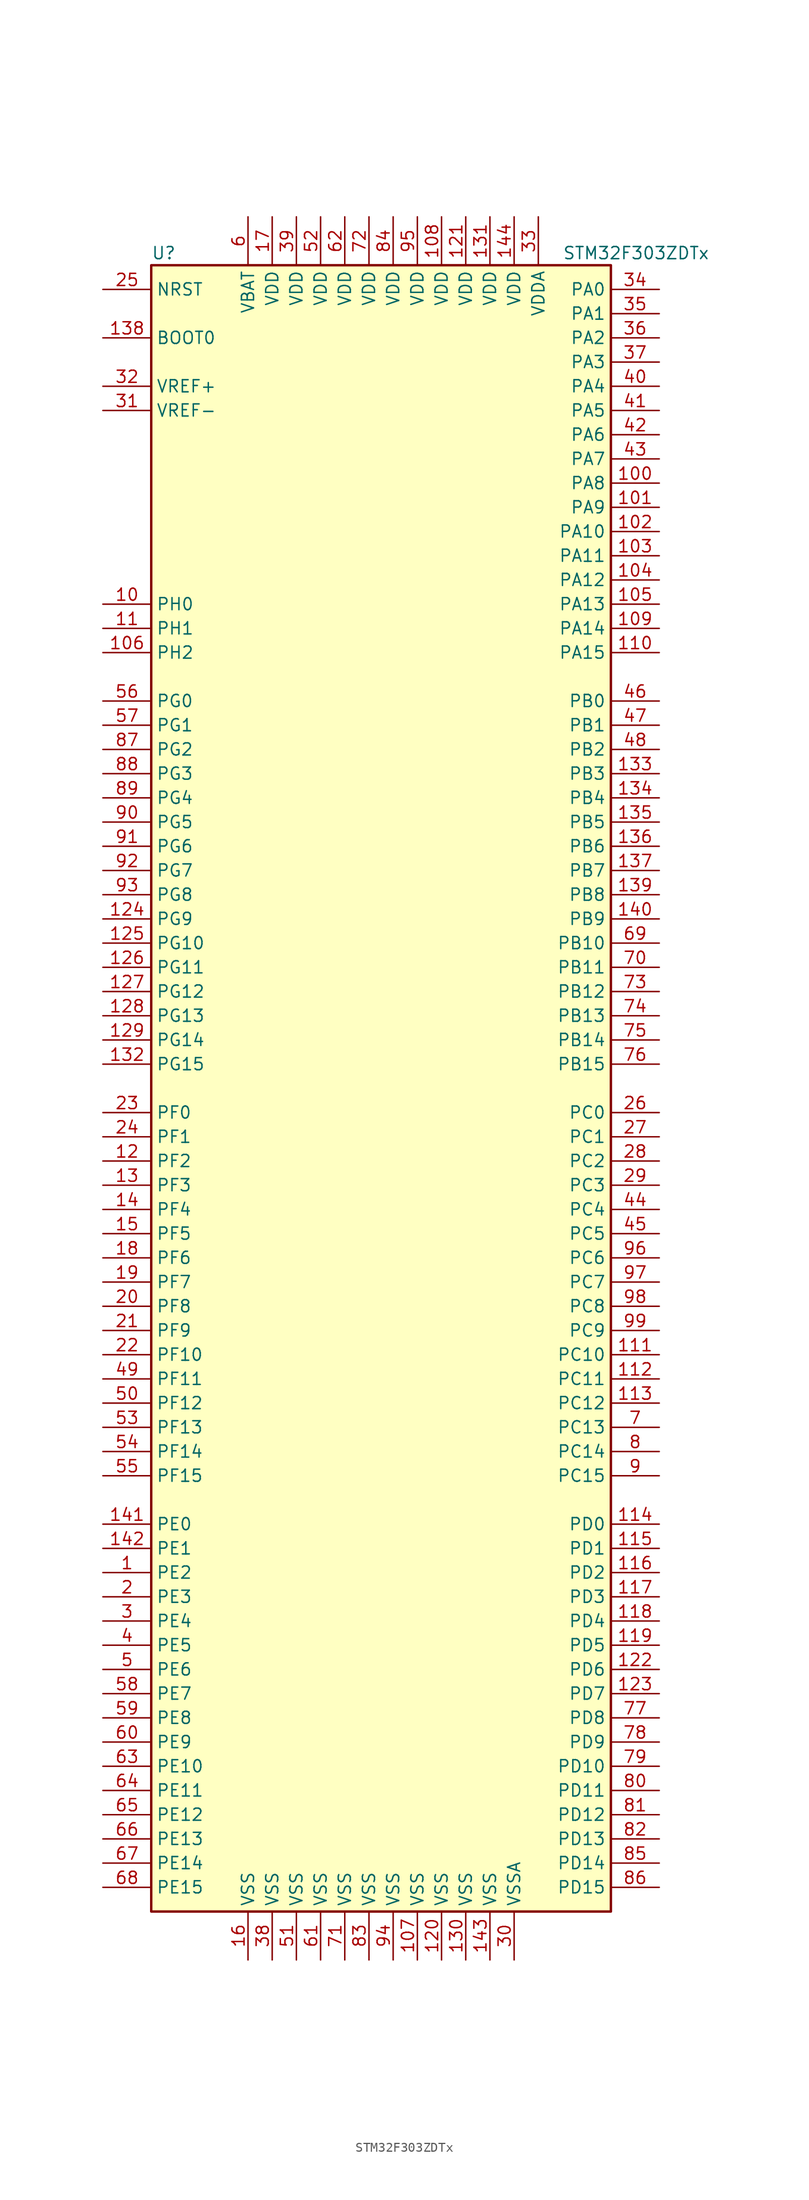
<source format=kicad_sym>
(kicad_symbol_lib
  (version 20201005)
  (generator kicad_symbol_editor)
  (symbol "STM32F303ZDTx"
    (property "Reference" "U"
      (at -25.4 87.63 0)
      (effects (font (size 1.27 1.27)) (justify left)))
    (property "Value" "STM32F303ZDTx"
      (at 17.78 87.63 0)
      (effects (font (size 1.27 1.27)) (justify left)))
    (symbol "STM32F303ZDTx_0_1"
      (rectangle (start -25.4 -86.36) (end 22.86 86.36) (stroke (width 0.254)) (fill (type background))))
    (symbol "STM32F303ZDTx_1_1"
      (pin bidirectional line (at -30.48 -50.8 0) (length 5.08) (name "PE2" (effects (font (size 1.27 1.27)))) (number "1" (effects (font (size 1.27 1.27)))))
      (pin bidirectional line (at -30.48 50.8 0) (length 5.08) (name "PH0" (effects (font (size 1.27 1.27)))) (number "10" (effects (font (size 1.27 1.27)))))
      (pin bidirectional line (at 27.94 63.5 180) (length 5.08) (name "PA8" (effects (font (size 1.27 1.27)))) (number "100" (effects (font (size 1.27 1.27)))))
      (pin bidirectional line (at 27.94 60.96 180) (length 5.08) (name "PA9" (effects (font (size 1.27 1.27)))) (number "101" (effects (font (size 1.27 1.27)))))
      (pin bidirectional line (at 27.94 58.42 180) (length 5.08) (name "PA10" (effects (font (size 1.27 1.27)))) (number "102" (effects (font (size 1.27 1.27)))))
      (pin bidirectional line (at 27.94 55.88 180) (length 5.08) (name "PA11" (effects (font (size 1.27 1.27)))) (number "103" (effects (font (size 1.27 1.27)))))
      (pin bidirectional line (at 27.94 53.34 180) (length 5.08) (name "PA12" (effects (font (size 1.27 1.27)))) (number "104" (effects (font (size 1.27 1.27)))))
      (pin bidirectional line (at 27.94 50.8 180) (length 5.08) (name "PA13" (effects (font (size 1.27 1.27)))) (number "105" (effects (font (size 1.27 1.27)))))
      (pin bidirectional line (at -30.48 45.72 0) (length 5.08) (name "PH2" (effects (font (size 1.27 1.27)))) (number "106" (effects (font (size 1.27 1.27)))))
      (pin power_in line (at 2.54 -91.44 90) (length 5.08) (name "VSS" (effects (font (size 1.27 1.27)))) (number "107" (effects (font (size 1.27 1.27)))))
      (pin power_in line (at 5.08 91.44 270) (length 5.08) (name "VDD" (effects (font (size 1.27 1.27)))) (number "108" (effects (font (size 1.27 1.27)))))
      (pin bidirectional line (at 27.94 48.26 180) (length 5.08) (name "PA14" (effects (font (size 1.27 1.27)))) (number "109" (effects (font (size 1.27 1.27)))))
      (pin bidirectional line (at -30.48 48.26 0) (length 5.08) (name "PH1" (effects (font (size 1.27 1.27)))) (number "11" (effects (font (size 1.27 1.27)))))
      (pin bidirectional line (at 27.94 45.72 180) (length 5.08) (name "PA15" (effects (font (size 1.27 1.27)))) (number "110" (effects (font (size 1.27 1.27)))))
      (pin bidirectional line (at 27.94 -27.94 180) (length 5.08) (name "PC10" (effects (font (size 1.27 1.27)))) (number "111" (effects (font (size 1.27 1.27)))))
      (pin bidirectional line (at 27.94 -30.48 180) (length 5.08) (name "PC11" (effects (font (size 1.27 1.27)))) (number "112" (effects (font (size 1.27 1.27)))))
      (pin bidirectional line (at 27.94 -33.02 180) (length 5.08) (name "PC12" (effects (font (size 1.27 1.27)))) (number "113" (effects (font (size 1.27 1.27)))))
      (pin bidirectional line (at 27.94 -45.72 180) (length 5.08) (name "PD0" (effects (font (size 1.27 1.27)))) (number "114" (effects (font (size 1.27 1.27)))))
      (pin bidirectional line (at 27.94 -48.26 180) (length 5.08) (name "PD1" (effects (font (size 1.27 1.27)))) (number "115" (effects (font (size 1.27 1.27)))))
      (pin bidirectional line (at 27.94 -50.8 180) (length 5.08) (name "PD2" (effects (font (size 1.27 1.27)))) (number "116" (effects (font (size 1.27 1.27)))))
      (pin bidirectional line (at 27.94 -53.34 180) (length 5.08) (name "PD3" (effects (font (size 1.27 1.27)))) (number "117" (effects (font (size 1.27 1.27)))))
      (pin bidirectional line (at 27.94 -55.88 180) (length 5.08) (name "PD4" (effects (font (size 1.27 1.27)))) (number "118" (effects (font (size 1.27 1.27)))))
      (pin bidirectional line (at 27.94 -58.42 180) (length 5.08) (name "PD5" (effects (font (size 1.27 1.27)))) (number "119" (effects (font (size 1.27 1.27)))))
      (pin bidirectional line (at -30.48 -7.62 0) (length 5.08) (name "PF2" (effects (font (size 1.27 1.27)))) (number "12" (effects (font (size 1.27 1.27)))))
      (pin power_in line (at 5.08 -91.44 90) (length 5.08) (name "VSS" (effects (font (size 1.27 1.27)))) (number "120" (effects (font (size 1.27 1.27)))))
      (pin power_in line (at 7.62 91.44 270) (length 5.08) (name "VDD" (effects (font (size 1.27 1.27)))) (number "121" (effects (font (size 1.27 1.27)))))
      (pin bidirectional line (at 27.94 -60.96 180) (length 5.08) (name "PD6" (effects (font (size 1.27 1.27)))) (number "122" (effects (font (size 1.27 1.27)))))
      (pin bidirectional line (at 27.94 -63.5 180) (length 5.08) (name "PD7" (effects (font (size 1.27 1.27)))) (number "123" (effects (font (size 1.27 1.27)))))
      (pin bidirectional line (at -30.48 17.78 0) (length 5.08) (name "PG9" (effects (font (size 1.27 1.27)))) (number "124" (effects (font (size 1.27 1.27)))))
      (pin bidirectional line (at -30.48 15.24 0) (length 5.08) (name "PG10" (effects (font (size 1.27 1.27)))) (number "125" (effects (font (size 1.27 1.27)))))
      (pin bidirectional line (at -30.48 12.7 0) (length 5.08) (name "PG11" (effects (font (size 1.27 1.27)))) (number "126" (effects (font (size 1.27 1.27)))))
      (pin bidirectional line (at -30.48 10.16 0) (length 5.08) (name "PG12" (effects (font (size 1.27 1.27)))) (number "127" (effects (font (size 1.27 1.27)))))
      (pin bidirectional line (at -30.48 7.62 0) (length 5.08) (name "PG13" (effects (font (size 1.27 1.27)))) (number "128" (effects (font (size 1.27 1.27)))))
      (pin bidirectional line (at -30.48 5.08 0) (length 5.08) (name "PG14" (effects (font (size 1.27 1.27)))) (number "129" (effects (font (size 1.27 1.27)))))
      (pin bidirectional line (at -30.48 -10.16 0) (length 5.08) (name "PF3" (effects (font (size 1.27 1.27)))) (number "13" (effects (font (size 1.27 1.27)))))
      (pin power_in line (at 7.62 -91.44 90) (length 5.08) (name "VSS" (effects (font (size 1.27 1.27)))) (number "130" (effects (font (size 1.27 1.27)))))
      (pin power_in line (at 10.16 91.44 270) (length 5.08) (name "VDD" (effects (font (size 1.27 1.27)))) (number "131" (effects (font (size 1.27 1.27)))))
      (pin bidirectional line (at -30.48 2.54 0) (length 5.08) (name "PG15" (effects (font (size 1.27 1.27)))) (number "132" (effects (font (size 1.27 1.27)))))
      (pin bidirectional line (at 27.94 33.02 180) (length 5.08) (name "PB3" (effects (font (size 1.27 1.27)))) (number "133" (effects (font (size 1.27 1.27)))))
      (pin bidirectional line (at 27.94 30.48 180) (length 5.08) (name "PB4" (effects (font (size 1.27 1.27)))) (number "134" (effects (font (size 1.27 1.27)))))
      (pin bidirectional line (at 27.94 27.94 180) (length 5.08) (name "PB5" (effects (font (size 1.27 1.27)))) (number "135" (effects (font (size 1.27 1.27)))))
      (pin bidirectional line (at 27.94 25.4 180) (length 5.08) (name "PB6" (effects (font (size 1.27 1.27)))) (number "136" (effects (font (size 1.27 1.27)))))
      (pin bidirectional line (at 27.94 22.86 180) (length 5.08) (name "PB7" (effects (font (size 1.27 1.27)))) (number "137" (effects (font (size 1.27 1.27)))))
      (pin input line (at -30.48 78.74 0) (length 5.08) (name "BOOT0" (effects (font (size 1.27 1.27)))) (number "138" (effects (font (size 1.27 1.27)))))
      (pin bidirectional line (at 27.94 20.32 180) (length 5.08) (name "PB8" (effects (font (size 1.27 1.27)))) (number "139" (effects (font (size 1.27 1.27)))))
      (pin bidirectional line (at -30.48 -12.7 0) (length 5.08) (name "PF4" (effects (font (size 1.27 1.27)))) (number "14" (effects (font (size 1.27 1.27)))))
      (pin bidirectional line (at 27.94 17.78 180) (length 5.08) (name "PB9" (effects (font (size 1.27 1.27)))) (number "140" (effects (font (size 1.27 1.27)))))
      (pin bidirectional line (at -30.48 -45.72 0) (length 5.08) (name "PE0" (effects (font (size 1.27 1.27)))) (number "141" (effects (font (size 1.27 1.27)))))
      (pin bidirectional line (at -30.48 -48.26 0) (length 5.08) (name "PE1" (effects (font (size 1.27 1.27)))) (number "142" (effects (font (size 1.27 1.27)))))
      (pin power_in line (at 10.16 -91.44 90) (length 5.08) (name "VSS" (effects (font (size 1.27 1.27)))) (number "143" (effects (font (size 1.27 1.27)))))
      (pin power_in line (at 12.7 91.44 270) (length 5.08) (name "VDD" (effects (font (size 1.27 1.27)))) (number "144" (effects (font (size 1.27 1.27)))))
      (pin bidirectional line (at -30.48 -15.24 0) (length 5.08) (name "PF5" (effects (font (size 1.27 1.27)))) (number "15" (effects (font (size 1.27 1.27)))))
      (pin power_in line (at -15.24 -91.44 90) (length 5.08) (name "VSS" (effects (font (size 1.27 1.27)))) (number "16" (effects (font (size 1.27 1.27)))))
      (pin power_in line (at -12.7 91.44 270) (length 5.08) (name "VDD" (effects (font (size 1.27 1.27)))) (number "17" (effects (font (size 1.27 1.27)))))
      (pin bidirectional line (at -30.48 -17.78 0) (length 5.08) (name "PF6" (effects (font (size 1.27 1.27)))) (number "18" (effects (font (size 1.27 1.27)))))
      (pin bidirectional line (at -30.48 -20.32 0) (length 5.08) (name "PF7" (effects (font (size 1.27 1.27)))) (number "19" (effects (font (size 1.27 1.27)))))
      (pin bidirectional line (at -30.48 -53.34 0) (length 5.08) (name "PE3" (effects (font (size 1.27 1.27)))) (number "2" (effects (font (size 1.27 1.27)))))
      (pin bidirectional line (at -30.48 -22.86 0) (length 5.08) (name "PF8" (effects (font (size 1.27 1.27)))) (number "20" (effects (font (size 1.27 1.27)))))
      (pin bidirectional line (at -30.48 -25.4 0) (length 5.08) (name "PF9" (effects (font (size 1.27 1.27)))) (number "21" (effects (font (size 1.27 1.27)))))
      (pin bidirectional line (at -30.48 -27.94 0) (length 5.08) (name "PF10" (effects (font (size 1.27 1.27)))) (number "22" (effects (font (size 1.27 1.27)))))
      (pin input line (at -30.48 -2.54 0) (length 5.08) (name "PF0" (effects (font (size 1.27 1.27)))) (number "23" (effects (font (size 1.27 1.27)))))
      (pin input line (at -30.48 -5.08 0) (length 5.08) (name "PF1" (effects (font (size 1.27 1.27)))) (number "24" (effects (font (size 1.27 1.27)))))
      (pin input line (at -30.48 83.82 0) (length 5.08) (name "NRST" (effects (font (size 1.27 1.27)))) (number "25" (effects (font (size 1.27 1.27)))))
      (pin bidirectional line (at 27.94 -2.54 180) (length 5.08) (name "PC0" (effects (font (size 1.27 1.27)))) (number "26" (effects (font (size 1.27 1.27)))))
      (pin bidirectional line (at 27.94 -5.08 180) (length 5.08) (name "PC1" (effects (font (size 1.27 1.27)))) (number "27" (effects (font (size 1.27 1.27)))))
      (pin bidirectional line (at 27.94 -7.62 180) (length 5.08) (name "PC2" (effects (font (size 1.27 1.27)))) (number "28" (effects (font (size 1.27 1.27)))))
      (pin bidirectional line (at 27.94 -10.16 180) (length 5.08) (name "PC3" (effects (font (size 1.27 1.27)))) (number "29" (effects (font (size 1.27 1.27)))))
      (pin bidirectional line (at -30.48 -55.88 0) (length 5.08) (name "PE4" (effects (font (size 1.27 1.27)))) (number "3" (effects (font (size 1.27 1.27)))))
      (pin power_in line (at 12.7 -91.44 90) (length 5.08) (name "VSSA" (effects (font (size 1.27 1.27)))) (number "30" (effects (font (size 1.27 1.27)))))
      (pin power_in line (at -30.48 71.12 0) (length 5.08) (name "VREF-" (effects (font (size 1.27 1.27)))) (number "31" (effects (font (size 1.27 1.27)))))
      (pin power_in line (at -30.48 73.66 0) (length 5.08) (name "VREF+" (effects (font (size 1.27 1.27)))) (number "32" (effects (font (size 1.27 1.27)))))
      (pin power_in line (at 15.24 91.44 270) (length 5.08) (name "VDDA" (effects (font (size 1.27 1.27)))) (number "33" (effects (font (size 1.27 1.27)))))
      (pin bidirectional line (at 27.94 83.82 180) (length 5.08) (name "PA0" (effects (font (size 1.27 1.27)))) (number "34" (effects (font (size 1.27 1.27)))))
      (pin bidirectional line (at 27.94 81.28 180) (length 5.08) (name "PA1" (effects (font (size 1.27 1.27)))) (number "35" (effects (font (size 1.27 1.27)))))
      (pin bidirectional line (at 27.94 78.74 180) (length 5.08) (name "PA2" (effects (font (size 1.27 1.27)))) (number "36" (effects (font (size 1.27 1.27)))))
      (pin bidirectional line (at 27.94 76.2 180) (length 5.08) (name "PA3" (effects (font (size 1.27 1.27)))) (number "37" (effects (font (size 1.27 1.27)))))
      (pin power_in line (at -12.7 -91.44 90) (length 5.08) (name "VSS" (effects (font (size 1.27 1.27)))) (number "38" (effects (font (size 1.27 1.27)))))
      (pin power_in line (at -10.16 91.44 270) (length 5.08) (name "VDD" (effects (font (size 1.27 1.27)))) (number "39" (effects (font (size 1.27 1.27)))))
      (pin bidirectional line (at -30.48 -58.42 0) (length 5.08) (name "PE5" (effects (font (size 1.27 1.27)))) (number "4" (effects (font (size 1.27 1.27)))))
      (pin bidirectional line (at 27.94 73.66 180) (length 5.08) (name "PA4" (effects (font (size 1.27 1.27)))) (number "40" (effects (font (size 1.27 1.27)))))
      (pin bidirectional line (at 27.94 71.12 180) (length 5.08) (name "PA5" (effects (font (size 1.27 1.27)))) (number "41" (effects (font (size 1.27 1.27)))))
      (pin bidirectional line (at 27.94 68.58 180) (length 5.08) (name "PA6" (effects (font (size 1.27 1.27)))) (number "42" (effects (font (size 1.27 1.27)))))
      (pin bidirectional line (at 27.94 66.04 180) (length 5.08) (name "PA7" (effects (font (size 1.27 1.27)))) (number "43" (effects (font (size 1.27 1.27)))))
      (pin bidirectional line (at 27.94 -12.7 180) (length 5.08) (name "PC4" (effects (font (size 1.27 1.27)))) (number "44" (effects (font (size 1.27 1.27)))))
      (pin bidirectional line (at 27.94 -15.24 180) (length 5.08) (name "PC5" (effects (font (size 1.27 1.27)))) (number "45" (effects (font (size 1.27 1.27)))))
      (pin bidirectional line (at 27.94 40.64 180) (length 5.08) (name "PB0" (effects (font (size 1.27 1.27)))) (number "46" (effects (font (size 1.27 1.27)))))
      (pin bidirectional line (at 27.94 38.1 180) (length 5.08) (name "PB1" (effects (font (size 1.27 1.27)))) (number "47" (effects (font (size 1.27 1.27)))))
      (pin bidirectional line (at 27.94 35.56 180) (length 5.08) (name "PB2" (effects (font (size 1.27 1.27)))) (number "48" (effects (font (size 1.27 1.27)))))
      (pin bidirectional line (at -30.48 -30.48 0) (length 5.08) (name "PF11" (effects (font (size 1.27 1.27)))) (number "49" (effects (font (size 1.27 1.27)))))
      (pin bidirectional line (at -30.48 -60.96 0) (length 5.08) (name "PE6" (effects (font (size 1.27 1.27)))) (number "5" (effects (font (size 1.27 1.27)))))
      (pin bidirectional line (at -30.48 -33.02 0) (length 5.08) (name "PF12" (effects (font (size 1.27 1.27)))) (number "50" (effects (font (size 1.27 1.27)))))
      (pin power_in line (at -10.16 -91.44 90) (length 5.08) (name "VSS" (effects (font (size 1.27 1.27)))) (number "51" (effects (font (size 1.27 1.27)))))
      (pin power_in line (at -7.62 91.44 270) (length 5.08) (name "VDD" (effects (font (size 1.27 1.27)))) (number "52" (effects (font (size 1.27 1.27)))))
      (pin bidirectional line (at -30.48 -35.56 0) (length 5.08) (name "PF13" (effects (font (size 1.27 1.27)))) (number "53" (effects (font (size 1.27 1.27)))))
      (pin bidirectional line (at -30.48 -38.1 0) (length 5.08) (name "PF14" (effects (font (size 1.27 1.27)))) (number "54" (effects (font (size 1.27 1.27)))))
      (pin bidirectional line (at -30.48 -40.64 0) (length 5.08) (name "PF15" (effects (font (size 1.27 1.27)))) (number "55" (effects (font (size 1.27 1.27)))))
      (pin bidirectional line (at -30.48 40.64 0) (length 5.08) (name "PG0" (effects (font (size 1.27 1.27)))) (number "56" (effects (font (size 1.27 1.27)))))
      (pin bidirectional line (at -30.48 38.1 0) (length 5.08) (name "PG1" (effects (font (size 1.27 1.27)))) (number "57" (effects (font (size 1.27 1.27)))))
      (pin bidirectional line (at -30.48 -63.5 0) (length 5.08) (name "PE7" (effects (font (size 1.27 1.27)))) (number "58" (effects (font (size 1.27 1.27)))))
      (pin bidirectional line (at -30.48 -66.04 0) (length 5.08) (name "PE8" (effects (font (size 1.27 1.27)))) (number "59" (effects (font (size 1.27 1.27)))))
      (pin power_in line (at -15.24 91.44 270) (length 5.08) (name "VBAT" (effects (font (size 1.27 1.27)))) (number "6" (effects (font (size 1.27 1.27)))))
      (pin bidirectional line (at -30.48 -68.58 0) (length 5.08) (name "PE9" (effects (font (size 1.27 1.27)))) (number "60" (effects (font (size 1.27 1.27)))))
      (pin power_in line (at -7.62 -91.44 90) (length 5.08) (name "VSS" (effects (font (size 1.27 1.27)))) (number "61" (effects (font (size 1.27 1.27)))))
      (pin power_in line (at -5.08 91.44 270) (length 5.08) (name "VDD" (effects (font (size 1.27 1.27)))) (number "62" (effects (font (size 1.27 1.27)))))
      (pin bidirectional line (at -30.48 -71.12 0) (length 5.08) (name "PE10" (effects (font (size 1.27 1.27)))) (number "63" (effects (font (size 1.27 1.27)))))
      (pin bidirectional line (at -30.48 -73.66 0) (length 5.08) (name "PE11" (effects (font (size 1.27 1.27)))) (number "64" (effects (font (size 1.27 1.27)))))
      (pin bidirectional line (at -30.48 -76.2 0) (length 5.08) (name "PE12" (effects (font (size 1.27 1.27)))) (number "65" (effects (font (size 1.27 1.27)))))
      (pin bidirectional line (at -30.48 -78.74 0) (length 5.08) (name "PE13" (effects (font (size 1.27 1.27)))) (number "66" (effects (font (size 1.27 1.27)))))
      (pin bidirectional line (at -30.48 -81.28 0) (length 5.08) (name "PE14" (effects (font (size 1.27 1.27)))) (number "67" (effects (font (size 1.27 1.27)))))
      (pin bidirectional line (at -30.48 -83.82 0) (length 5.08) (name "PE15" (effects (font (size 1.27 1.27)))) (number "68" (effects (font (size 1.27 1.27)))))
      (pin bidirectional line (at 27.94 15.24 180) (length 5.08) (name "PB10" (effects (font (size 1.27 1.27)))) (number "69" (effects (font (size 1.27 1.27)))))
      (pin bidirectional line (at 27.94 -35.56 180) (length 5.08) (name "PC13" (effects (font (size 1.27 1.27)))) (number "7" (effects (font (size 1.27 1.27)))))
      (pin bidirectional line (at 27.94 12.7 180) (length 5.08) (name "PB11" (effects (font (size 1.27 1.27)))) (number "70" (effects (font (size 1.27 1.27)))))
      (pin power_in line (at -5.08 -91.44 90) (length 5.08) (name "VSS" (effects (font (size 1.27 1.27)))) (number "71" (effects (font (size 1.27 1.27)))))
      (pin power_in line (at -2.54 91.44 270) (length 5.08) (name "VDD" (effects (font (size 1.27 1.27)))) (number "72" (effects (font (size 1.27 1.27)))))
      (pin bidirectional line (at 27.94 10.16 180) (length 5.08) (name "PB12" (effects (font (size 1.27 1.27)))) (number "73" (effects (font (size 1.27 1.27)))))
      (pin bidirectional line (at 27.94 7.62 180) (length 5.08) (name "PB13" (effects (font (size 1.27 1.27)))) (number "74" (effects (font (size 1.27 1.27)))))
      (pin bidirectional line (at 27.94 5.08 180) (length 5.08) (name "PB14" (effects (font (size 1.27 1.27)))) (number "75" (effects (font (size 1.27 1.27)))))
      (pin bidirectional line (at 27.94 2.54 180) (length 5.08) (name "PB15" (effects (font (size 1.27 1.27)))) (number "76" (effects (font (size 1.27 1.27)))))
      (pin bidirectional line (at 27.94 -66.04 180) (length 5.08) (name "PD8" (effects (font (size 1.27 1.27)))) (number "77" (effects (font (size 1.27 1.27)))))
      (pin bidirectional line (at 27.94 -68.58 180) (length 5.08) (name "PD9" (effects (font (size 1.27 1.27)))) (number "78" (effects (font (size 1.27 1.27)))))
      (pin bidirectional line (at 27.94 -71.12 180) (length 5.08) (name "PD10" (effects (font (size 1.27 1.27)))) (number "79" (effects (font (size 1.27 1.27)))))
      (pin bidirectional line (at 27.94 -38.1 180) (length 5.08) (name "PC14" (effects (font (size 1.27 1.27)))) (number "8" (effects (font (size 1.27 1.27)))))
      (pin bidirectional line (at 27.94 -73.66 180) (length 5.08) (name "PD11" (effects (font (size 1.27 1.27)))) (number "80" (effects (font (size 1.27 1.27)))))
      (pin bidirectional line (at 27.94 -76.2 180) (length 5.08) (name "PD12" (effects (font (size 1.27 1.27)))) (number "81" (effects (font (size 1.27 1.27)))))
      (pin bidirectional line (at 27.94 -78.74 180) (length 5.08) (name "PD13" (effects (font (size 1.27 1.27)))) (number "82" (effects (font (size 1.27 1.27)))))
      (pin power_in line (at -2.54 -91.44 90) (length 5.08) (name "VSS" (effects (font (size 1.27 1.27)))) (number "83" (effects (font (size 1.27 1.27)))))
      (pin power_in line (at 0 91.44 270) (length 5.08) (name "VDD" (effects (font (size 1.27 1.27)))) (number "84" (effects (font (size 1.27 1.27)))))
      (pin bidirectional line (at 27.94 -81.28 180) (length 5.08) (name "PD14" (effects (font (size 1.27 1.27)))) (number "85" (effects (font (size 1.27 1.27)))))
      (pin bidirectional line (at 27.94 -83.82 180) (length 5.08) (name "PD15" (effects (font (size 1.27 1.27)))) (number "86" (effects (font (size 1.27 1.27)))))
      (pin bidirectional line (at -30.48 35.56 0) (length 5.08) (name "PG2" (effects (font (size 1.27 1.27)))) (number "87" (effects (font (size 1.27 1.27)))))
      (pin bidirectional line (at -30.48 33.02 0) (length 5.08) (name "PG3" (effects (font (size 1.27 1.27)))) (number "88" (effects (font (size 1.27 1.27)))))
      (pin bidirectional line (at -30.48 30.48 0) (length 5.08) (name "PG4" (effects (font (size 1.27 1.27)))) (number "89" (effects (font (size 1.27 1.27)))))
      (pin bidirectional line (at 27.94 -40.64 180) (length 5.08) (name "PC15" (effects (font (size 1.27 1.27)))) (number "9" (effects (font (size 1.27 1.27)))))
      (pin bidirectional line (at -30.48 27.94 0) (length 5.08) (name "PG5" (effects (font (size 1.27 1.27)))) (number "90" (effects (font (size 1.27 1.27)))))
      (pin bidirectional line (at -30.48 25.4 0) (length 5.08) (name "PG6" (effects (font (size 1.27 1.27)))) (number "91" (effects (font (size 1.27 1.27)))))
      (pin bidirectional line (at -30.48 22.86 0) (length 5.08) (name "PG7" (effects (font (size 1.27 1.27)))) (number "92" (effects (font (size 1.27 1.27)))))
      (pin bidirectional line (at -30.48 20.32 0) (length 5.08) (name "PG8" (effects (font (size 1.27 1.27)))) (number "93" (effects (font (size 1.27 1.27)))))
      (pin power_in line (at 0 -91.44 90) (length 5.08) (name "VSS" (effects (font (size 1.27 1.27)))) (number "94" (effects (font (size 1.27 1.27)))))
      (pin power_in line (at 2.54 91.44 270) (length 5.08) (name "VDD" (effects (font (size 1.27 1.27)))) (number "95" (effects (font (size 1.27 1.27)))))
      (pin bidirectional line (at 27.94 -17.78 180) (length 5.08) (name "PC6" (effects (font (size 1.27 1.27)))) (number "96" (effects (font (size 1.27 1.27)))))
      (pin bidirectional line (at 27.94 -20.32 180) (length 5.08) (name "PC7" (effects (font (size 1.27 1.27)))) (number "97" (effects (font (size 1.27 1.27)))))
      (pin bidirectional line (at 27.94 -22.86 180) (length 5.08) (name "PC8" (effects (font (size 1.27 1.27)))) (number "98" (effects (font (size 1.27 1.27)))))
      (pin bidirectional line (at 27.94 -25.4 180) (length 5.08) (name "PC9" (effects (font (size 1.27 1.27)))) (number "99" (effects (font (size 1.27 1.27))))))))
</source>
